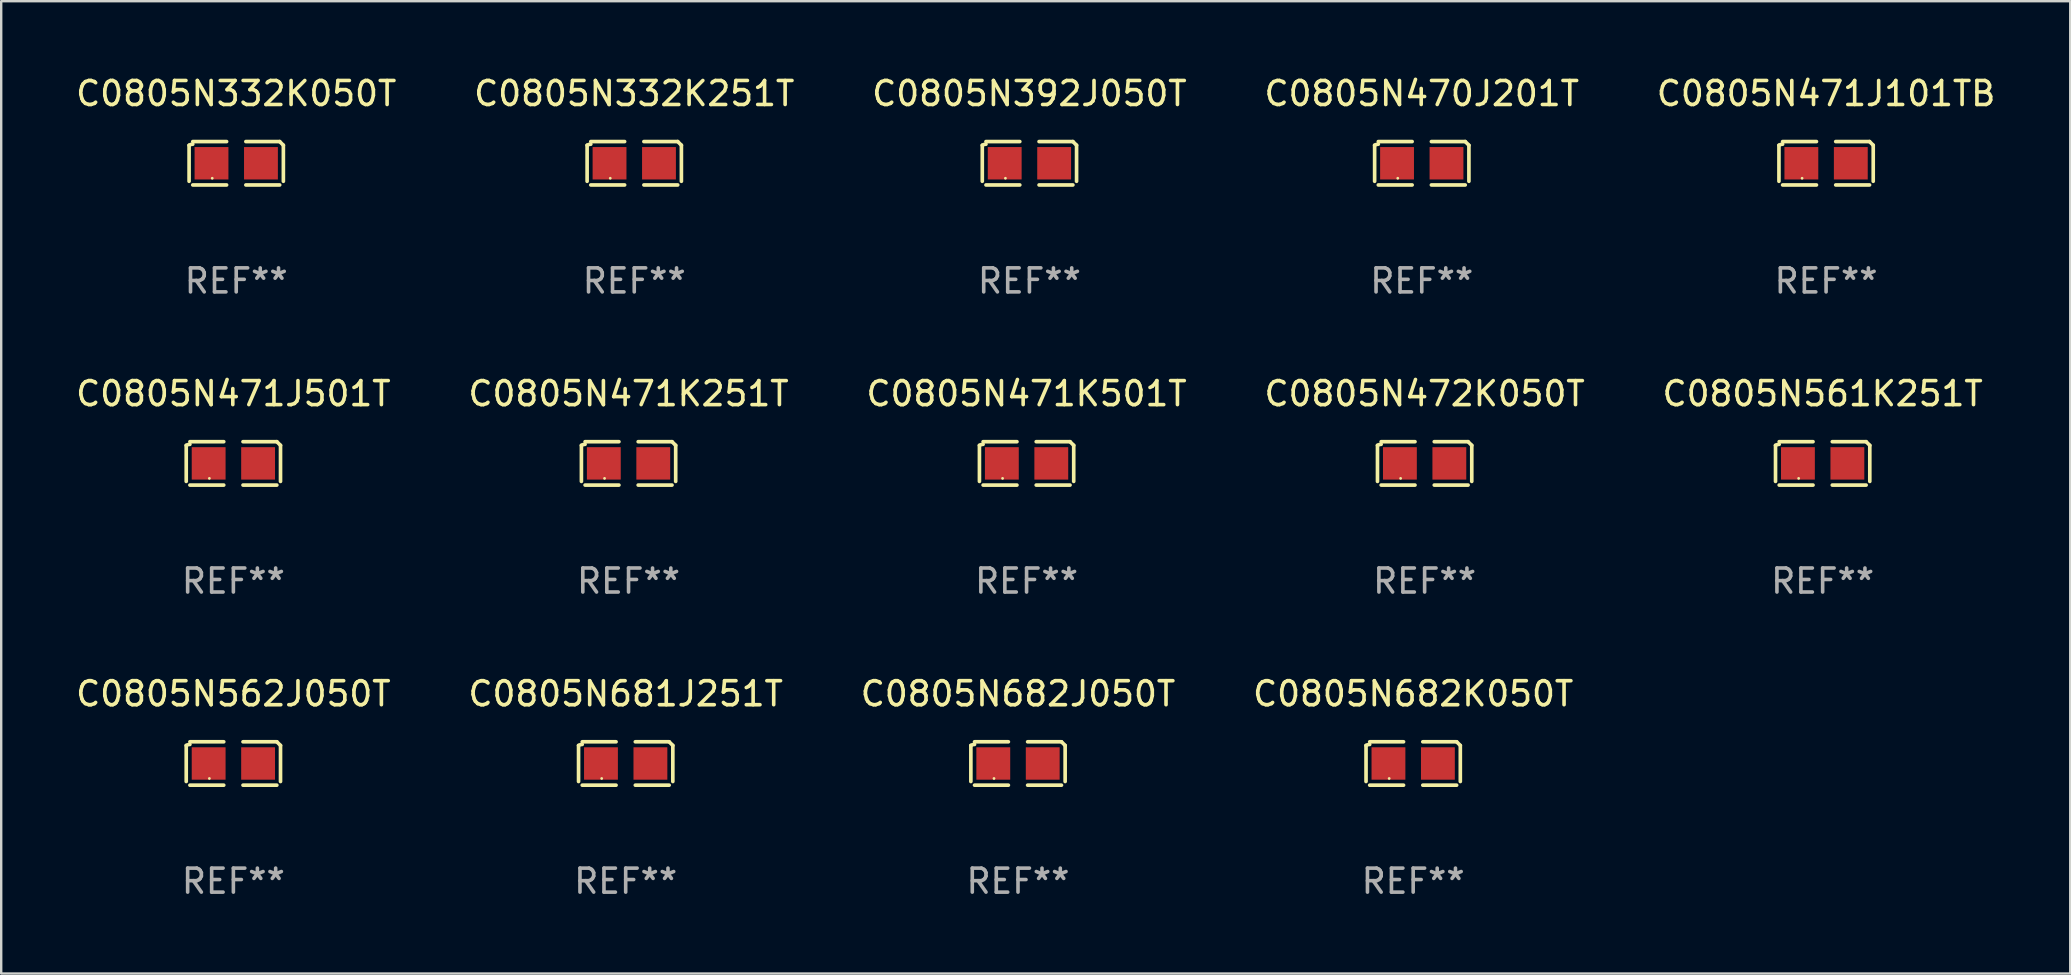
<source format=kicad_pcb>
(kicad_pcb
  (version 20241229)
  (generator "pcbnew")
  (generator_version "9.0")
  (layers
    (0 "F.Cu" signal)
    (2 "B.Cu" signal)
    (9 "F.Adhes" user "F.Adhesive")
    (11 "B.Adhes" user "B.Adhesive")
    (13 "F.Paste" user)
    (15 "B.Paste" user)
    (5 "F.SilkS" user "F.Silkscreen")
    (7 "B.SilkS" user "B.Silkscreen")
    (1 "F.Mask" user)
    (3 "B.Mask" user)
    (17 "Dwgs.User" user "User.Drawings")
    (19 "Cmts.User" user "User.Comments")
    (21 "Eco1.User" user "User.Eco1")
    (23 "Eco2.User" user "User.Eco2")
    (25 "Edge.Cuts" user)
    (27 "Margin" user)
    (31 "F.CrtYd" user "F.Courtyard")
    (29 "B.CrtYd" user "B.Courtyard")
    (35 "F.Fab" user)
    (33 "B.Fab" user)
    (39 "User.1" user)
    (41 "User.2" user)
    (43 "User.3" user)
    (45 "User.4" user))
  (footprint "C0805N471K251T"
    (layer "F.Cu")
    (at 23.137 16.256)
    (property "Reference" "C0805N471K251T" (at 0 -2.904 0) (layer "F.SilkS") (effects (font (size 1 1) (thickness 0.15))))
    (attr through_hole)
    (fp_line (start -1.964 0.751) (end -1.964 -0.751) (stroke (width 0.152) (type solid)) (layer "F.SilkS"))
    (fp_line (start -1.811 -0.904) (end -0.401 -0.904) (stroke (width 0.152) (type solid)) (layer "F.SilkS"))
    (fp_line (start -0.401 0.904) (end -1.811 0.904) (stroke (width 0.152) (type solid)) (layer "F.SilkS"))
    (fp_line (start 0.401 0.904) (end 1.811 0.904) (stroke (width 0.152) (type solid)) (layer "F.SilkS"))
    (fp_line (start 1.811 -0.904) (end 0.401 -0.904) (stroke (width 0.152) (type solid)) (layer "F.SilkS"))
    (fp_line (start 1.964 0.751) (end 1.964 -0.751) (stroke (width 0.152) (type solid)) (layer "F.SilkS"))
    (fp_arc (start -1.963602 -0.751207) (mid -1.890354 -0.783131) (end -1.811201 -0.794044) (stroke (width 0.1524) (type solid)) (layer "F.SilkS"))
    (fp_arc (start 1.811202 -0.903607) (mid 1.887413 -0.827418) (end 1.963602 -0.751207) (stroke (width 0.1524) (type solid)) (layer "F.SilkS"))
    (fp_circle (center -1 0.625) (end -0.97 0.625) (stroke (width 0.06) (type solid)) (fill no) (layer "F.SilkS"))
    (fp_text user "REF**" (at 0 4.904 0) (layer "F.Fab") (effects (font (size 1 1) (thickness 0.15))))
    (pad "1" smd rect (at -1.03 0) (size 1.41 1.35) (layers "F.Cu" "F.Mask" "F.Paste"))
    (pad "2" smd rect (at 1.03 0) (size 1.41 1.35) (layers "F.Cu" "F.Mask" "F.Paste")))
  (footprint "C0805N332K251T"
    (layer "F.Cu")
    (at 23.375 3.752)
    (property "Reference" "C0805N332K251T" (at 0 -2.904 0) (layer "F.SilkS") (effects (font (size 1 1) (thickness 0.15))))
    (attr through_hole)
    (fp_line (start -1.964 0.751) (end -1.964 -0.751) (stroke (width 0.152) (type solid)) (layer "F.SilkS"))
    (fp_line (start -1.811 -0.904) (end -0.401 -0.904) (stroke (width 0.152) (type solid)) (layer "F.SilkS"))
    (fp_line (start -0.401 0.904) (end -1.811 0.904) (stroke (width 0.152) (type solid)) (layer "F.SilkS"))
    (fp_line (start 0.401 0.904) (end 1.811 0.904) (stroke (width 0.152) (type solid)) (layer "F.SilkS"))
    (fp_line (start 1.811 -0.904) (end 0.401 -0.904) (stroke (width 0.152) (type solid)) (layer "F.SilkS"))
    (fp_line (start 1.964 0.751) (end 1.964 -0.751) (stroke (width 0.152) (type solid)) (layer "F.SilkS"))
    (fp_arc (start -1.963602 -0.751207) (mid -1.890354 -0.783131) (end -1.811201 -0.794044) (stroke (width 0.1524) (type solid)) (layer "F.SilkS"))
    (fp_arc (start 1.811202 -0.903607) (mid 1.887413 -0.827418) (end 1.963602 -0.751207) (stroke (width 0.1524) (type solid)) (layer "F.SilkS"))
    (fp_circle (center -1 0.625) (end -0.97 0.625) (stroke (width 0.06) (type solid)) (fill no) (layer "F.SilkS"))
    (fp_text user "REF**" (at 0 4.904 0) (layer "F.Fab") (effects (font (size 1 1) (thickness 0.15))))
    (pad "1" smd rect (at -1.03 0) (size 1.41 1.35) (layers "F.Cu" "F.Mask" "F.Paste"))
    (pad "2" smd rect (at 1.03 0) (size 1.41 1.35) (layers "F.Cu" "F.Mask" "F.Paste")))
  (footprint "C0805N682K050T"
    (layer "F.Cu")
    (at 55.827 28.759)
    (property "Reference" "C0805N682K050T" (at 0 -2.904 0) (layer "F.SilkS") (effects (font (size 1 1) (thickness 0.15))))
    (attr through_hole)
    (fp_line (start -1.964 0.751) (end -1.964 -0.751) (stroke (width 0.152) (type solid)) (layer "F.SilkS"))
    (fp_line (start -1.811 -0.904) (end -0.401 -0.904) (stroke (width 0.152) (type solid)) (layer "F.SilkS"))
    (fp_line (start -0.401 0.904) (end -1.811 0.904) (stroke (width 0.152) (type solid)) (layer "F.SilkS"))
    (fp_line (start 0.401 0.904) (end 1.811 0.904) (stroke (width 0.152) (type solid)) (layer "F.SilkS"))
    (fp_line (start 1.811 -0.904) (end 0.401 -0.904) (stroke (width 0.152) (type solid)) (layer "F.SilkS"))
    (fp_line (start 1.964 0.751) (end 1.964 -0.751) (stroke (width 0.152) (type solid)) (layer "F.SilkS"))
    (fp_arc (start -1.963602 -0.751207) (mid -1.890354 -0.783131) (end -1.811201 -0.794044) (stroke (width 0.1524) (type solid)) (layer "F.SilkS"))
    (fp_arc (start 1.811202 -0.903607) (mid 1.887413 -0.827418) (end 1.963602 -0.751207) (stroke (width 0.1524) (type solid)) (layer "F.SilkS"))
    (fp_circle (center -1 0.625) (end -0.97 0.625) (stroke (width 0.06) (type solid)) (fill no) (layer "F.SilkS"))
    (fp_text user "REF**" (at 0 4.904 0) (layer "F.Fab") (effects (font (size 1 1) (thickness 0.15))))
    (pad "1" smd rect (at -1.03 0) (size 1.41 1.35) (layers "F.Cu" "F.Mask" "F.Paste"))
    (pad "2" smd rect (at 1.03 0) (size 1.41 1.35) (layers "F.Cu" "F.Mask" "F.Paste")))
  (footprint "C0805N471J101TB"
    (layer "F.Cu")
    (at 73.03 3.752)
    (property "Reference" "C0805N471J101TB" (at 0 -2.904 0) (layer "F.SilkS") (effects (font (size 1 1) (thickness 0.15))))
    (attr through_hole)
    (fp_line (start -1.964 0.751) (end -1.964 -0.751) (stroke (width 0.152) (type solid)) (layer "F.SilkS"))
    (fp_line (start -1.811 -0.904) (end -0.401 -0.904) (stroke (width 0.152) (type solid)) (layer "F.SilkS"))
    (fp_line (start -0.401 0.904) (end -1.811 0.904) (stroke (width 0.152) (type solid)) (layer "F.SilkS"))
    (fp_line (start 0.401 0.904) (end 1.811 0.904) (stroke (width 0.152) (type solid)) (layer "F.SilkS"))
    (fp_line (start 1.811 -0.904) (end 0.401 -0.904) (stroke (width 0.152) (type solid)) (layer "F.SilkS"))
    (fp_line (start 1.964 0.751) (end 1.964 -0.751) (stroke (width 0.152) (type solid)) (layer "F.SilkS"))
    (fp_arc (start -1.963602 -0.751207) (mid -1.890354 -0.783131) (end -1.811201 -0.794044) (stroke (width 0.1524) (type solid)) (layer "F.SilkS"))
    (fp_arc (start 1.811202 -0.903607) (mid 1.887413 -0.827418) (end 1.963602 -0.751207) (stroke (width 0.1524) (type solid)) (layer "F.SilkS"))
    (fp_circle (center -1 0.625) (end -0.97 0.625) (stroke (width 0.06) (type solid)) (fill no) (layer "F.SilkS"))
    (fp_text user "REF**" (at 0 4.904 0) (layer "F.Fab") (effects (font (size 1 1) (thickness 0.15))))
    (pad "1" smd rect (at -1.03 0) (size 1.41 1.35) (layers "F.Cu" "F.Mask" "F.Paste"))
    (pad "2" smd rect (at 1.03 0) (size 1.41 1.35) (layers "F.Cu" "F.Mask" "F.Paste")))
  (footprint "C0805N472K050T"
    (layer "F.Cu")
    (at 56.304 16.256)
    (property "Reference" "C0805N472K050T" (at 0 -2.904 0) (layer "F.SilkS") (effects (font (size 1 1) (thickness 0.15))))
    (attr through_hole)
    (fp_line (start -1.964 0.751) (end -1.964 -0.751) (stroke (width 0.152) (type solid)) (layer "F.SilkS"))
    (fp_line (start -1.811 -0.904) (end -0.401 -0.904) (stroke (width 0.152) (type solid)) (layer "F.SilkS"))
    (fp_line (start -0.401 0.904) (end -1.811 0.904) (stroke (width 0.152) (type solid)) (layer "F.SilkS"))
    (fp_line (start 0.401 0.904) (end 1.811 0.904) (stroke (width 0.152) (type solid)) (layer "F.SilkS"))
    (fp_line (start 1.811 -0.904) (end 0.401 -0.904) (stroke (width 0.152) (type solid)) (layer "F.SilkS"))
    (fp_line (start 1.964 0.751) (end 1.964 -0.751) (stroke (width 0.152) (type solid)) (layer "F.SilkS"))
    (fp_arc (start -1.963602 -0.751207) (mid -1.890354 -0.783131) (end -1.811201 -0.794044) (stroke (width 0.1524) (type solid)) (layer "F.SilkS"))
    (fp_arc (start 1.811202 -0.903607) (mid 1.887413 -0.827418) (end 1.963602 -0.751207) (stroke (width 0.1524) (type solid)) (layer "F.SilkS"))
    (fp_circle (center -1 0.625) (end -0.97 0.625) (stroke (width 0.06) (type solid)) (fill no) (layer "F.SilkS"))
    (fp_text user "REF**" (at 0 4.904 0) (layer "F.Fab") (effects (font (size 1 1) (thickness 0.15))))
    (pad "1" smd rect (at -1.03 0) (size 1.41 1.35) (layers "F.Cu" "F.Mask" "F.Paste"))
    (pad "2" smd rect (at 1.03 0) (size 1.41 1.35) (layers "F.Cu" "F.Mask" "F.Paste")))
  (footprint "C0805N562J050T"
    (layer "F.Cu")
    (at 6.673 28.759)
    (property "Reference" "C0805N562J050T" (at 0 -2.904 0) (layer "F.SilkS") (effects (font (size 1 1) (thickness 0.15))))
    (attr through_hole)
    (fp_line (start -1.964 0.751) (end -1.964 -0.751) (stroke (width 0.152) (type solid)) (layer "F.SilkS"))
    (fp_line (start -1.811 -0.904) (end -0.401 -0.904) (stroke (width 0.152) (type solid)) (layer "F.SilkS"))
    (fp_line (start -0.401 0.904) (end -1.811 0.904) (stroke (width 0.152) (type solid)) (layer "F.SilkS"))
    (fp_line (start 0.401 0.904) (end 1.811 0.904) (stroke (width 0.152) (type solid)) (layer "F.SilkS"))
    (fp_line (start 1.811 -0.904) (end 0.401 -0.904) (stroke (width 0.152) (type solid)) (layer "F.SilkS"))
    (fp_line (start 1.964 0.751) (end 1.964 -0.751) (stroke (width 0.152) (type solid)) (layer "F.SilkS"))
    (fp_arc (start -1.963602 -0.751207) (mid -1.890354 -0.783131) (end -1.811201 -0.794044) (stroke (width 0.1524) (type solid)) (layer "F.SilkS"))
    (fp_arc (start 1.811202 -0.903607) (mid 1.887413 -0.827418) (end 1.963602 -0.751207) (stroke (width 0.1524) (type solid)) (layer "F.SilkS"))
    (fp_circle (center -1 0.625) (end -0.97 0.625) (stroke (width 0.06) (type solid)) (fill no) (layer "F.SilkS"))
    (fp_text user "REF**" (at 0 4.904 0) (layer "F.Fab") (effects (font (size 1 1) (thickness 0.15))))
    (pad "1" smd rect (at -1.03 0) (size 1.41 1.35) (layers "F.Cu" "F.Mask" "F.Paste"))
    (pad "2" smd rect (at 1.03 0) (size 1.41 1.35) (layers "F.Cu" "F.Mask" "F.Paste")))
  (footprint "C0805N561K251T"
    (layer "F.Cu")
    (at 72.887 16.256)
    (property "Reference" "C0805N561K251T" (at 0 -2.904 0) (layer "F.SilkS") (effects (font (size 1 1) (thickness 0.15))))
    (attr through_hole)
    (fp_line (start -1.964 0.751) (end -1.964 -0.751) (stroke (width 0.152) (type solid)) (layer "F.SilkS"))
    (fp_line (start -1.811 -0.904) (end -0.401 -0.904) (stroke (width 0.152) (type solid)) (layer "F.SilkS"))
    (fp_line (start -0.401 0.904) (end -1.811 0.904) (stroke (width 0.152) (type solid)) (layer "F.SilkS"))
    (fp_line (start 0.401 0.904) (end 1.811 0.904) (stroke (width 0.152) (type solid)) (layer "F.SilkS"))
    (fp_line (start 1.811 -0.904) (end 0.401 -0.904) (stroke (width 0.152) (type solid)) (layer "F.SilkS"))
    (fp_line (start 1.964 0.751) (end 1.964 -0.751) (stroke (width 0.152) (type solid)) (layer "F.SilkS"))
    (fp_arc (start -1.963602 -0.751207) (mid -1.890354 -0.783131) (end -1.811201 -0.794044) (stroke (width 0.1524) (type solid)) (layer "F.SilkS"))
    (fp_arc (start 1.811202 -0.903607) (mid 1.887413 -0.827418) (end 1.963602 -0.751207) (stroke (width 0.1524) (type solid)) (layer "F.SilkS"))
    (fp_circle (center -1 0.625) (end -0.97 0.625) (stroke (width 0.06) (type solid)) (fill no) (layer "F.SilkS"))
    (fp_text user "REF**" (at 0 4.904 0) (layer "F.Fab") (effects (font (size 1 1) (thickness 0.15))))
    (pad "1" smd rect (at -1.03 0) (size 1.41 1.35) (layers "F.Cu" "F.Mask" "F.Paste"))
    (pad "2" smd rect (at 1.03 0) (size 1.41 1.35) (layers "F.Cu" "F.Mask" "F.Paste")))
  (footprint "C0805N470J201T"
    (layer "F.Cu")
    (at 56.185 3.752)
    (property "Reference" "C0805N470J201T" (at 0 -2.904 0) (layer "F.SilkS") (effects (font (size 1 1) (thickness 0.15))))
    (attr through_hole)
    (fp_line (start -1.964 0.751) (end -1.964 -0.751) (stroke (width 0.152) (type solid)) (layer "F.SilkS"))
    (fp_line (start -1.811 -0.904) (end -0.401 -0.904) (stroke (width 0.152) (type solid)) (layer "F.SilkS"))
    (fp_line (start -0.401 0.904) (end -1.811 0.904) (stroke (width 0.152) (type solid)) (layer "F.SilkS"))
    (fp_line (start 0.401 0.904) (end 1.811 0.904) (stroke (width 0.152) (type solid)) (layer "F.SilkS"))
    (fp_line (start 1.811 -0.904) (end 0.401 -0.904) (stroke (width 0.152) (type solid)) (layer "F.SilkS"))
    (fp_line (start 1.964 0.751) (end 1.964 -0.751) (stroke (width 0.152) (type solid)) (layer "F.SilkS"))
    (fp_arc (start -1.963602 -0.751207) (mid -1.890354 -0.783131) (end -1.811201 -0.794044) (stroke (width 0.1524) (type solid)) (layer "F.SilkS"))
    (fp_arc (start 1.811202 -0.903607) (mid 1.887413 -0.827418) (end 1.963602 -0.751207) (stroke (width 0.1524) (type solid)) (layer "F.SilkS"))
    (fp_circle (center -1 0.625) (end -0.97 0.625) (stroke (width 0.06) (type solid)) (fill no) (layer "F.SilkS"))
    (fp_text user "REF**" (at 0 4.904 0) (layer "F.Fab") (effects (font (size 1 1) (thickness 0.15))))
    (pad "1" smd rect (at -1.03 0) (size 1.41 1.35) (layers "F.Cu" "F.Mask" "F.Paste"))
    (pad "2" smd rect (at 1.03 0) (size 1.41 1.35) (layers "F.Cu" "F.Mask" "F.Paste")))
  (footprint "C0805N681J251T"
    (layer "F.Cu")
    (at 23.018 28.759)
    (property "Reference" "C0805N681J251T" (at 0 -2.904 0) (layer "F.SilkS") (effects (font (size 1 1) (thickness 0.15))))
    (attr through_hole)
    (fp_line (start -1.964 0.751) (end -1.964 -0.751) (stroke (width 0.152) (type solid)) (layer "F.SilkS"))
    (fp_line (start -1.811 -0.904) (end -0.401 -0.904) (stroke (width 0.152) (type solid)) (layer "F.SilkS"))
    (fp_line (start -0.401 0.904) (end -1.811 0.904) (stroke (width 0.152) (type solid)) (layer "F.SilkS"))
    (fp_line (start 0.401 0.904) (end 1.811 0.904) (stroke (width 0.152) (type solid)) (layer "F.SilkS"))
    (fp_line (start 1.811 -0.904) (end 0.401 -0.904) (stroke (width 0.152) (type solid)) (layer "F.SilkS"))
    (fp_line (start 1.964 0.751) (end 1.964 -0.751) (stroke (width 0.152) (type solid)) (layer "F.SilkS"))
    (fp_arc (start -1.963602 -0.751207) (mid -1.890354 -0.783131) (end -1.811201 -0.794044) (stroke (width 0.1524) (type solid)) (layer "F.SilkS"))
    (fp_arc (start 1.811202 -0.903607) (mid 1.887413 -0.827418) (end 1.963602 -0.751207) (stroke (width 0.1524) (type solid)) (layer "F.SilkS"))
    (fp_circle (center -1 0.625) (end -0.97 0.625) (stroke (width 0.06) (type solid)) (fill no) (layer "F.SilkS"))
    (fp_text user "REF**" (at 0 4.904 0) (layer "F.Fab") (effects (font (size 1 1) (thickness 0.15))))
    (pad "1" smd rect (at -1.03 0) (size 1.41 1.35) (layers "F.Cu" "F.Mask" "F.Paste"))
    (pad "2" smd rect (at 1.03 0) (size 1.41 1.35) (layers "F.Cu" "F.Mask" "F.Paste")))
  (footprint "C0805N471K501T"
    (layer "F.Cu")
    (at 39.72 16.256)
    (property "Reference" "C0805N471K501T" (at 0 -2.904 0) (layer "F.SilkS") (effects (font (size 1 1) (thickness 0.15))))
    (attr through_hole)
    (fp_line (start -1.964 0.751) (end -1.964 -0.751) (stroke (width 0.152) (type solid)) (layer "F.SilkS"))
    (fp_line (start -1.811 -0.904) (end -0.401 -0.904) (stroke (width 0.152) (type solid)) (layer "F.SilkS"))
    (fp_line (start -0.401 0.904) (end -1.811 0.904) (stroke (width 0.152) (type solid)) (layer "F.SilkS"))
    (fp_line (start 0.401 0.904) (end 1.811 0.904) (stroke (width 0.152) (type solid)) (layer "F.SilkS"))
    (fp_line (start 1.811 -0.904) (end 0.401 -0.904) (stroke (width 0.152) (type solid)) (layer "F.SilkS"))
    (fp_line (start 1.964 0.751) (end 1.964 -0.751) (stroke (width 0.152) (type solid)) (layer "F.SilkS"))
    (fp_arc (start -1.963602 -0.751207) (mid -1.890354 -0.783131) (end -1.811201 -0.794044) (stroke (width 0.1524) (type solid)) (layer "F.SilkS"))
    (fp_arc (start 1.811202 -0.903607) (mid 1.887413 -0.827418) (end 1.963602 -0.751207) (stroke (width 0.1524) (type solid)) (layer "F.SilkS"))
    (fp_circle (center -1 0.625) (end -0.97 0.625) (stroke (width 0.06) (type solid)) (fill no) (layer "F.SilkS"))
    (fp_text user "REF**" (at 0 4.904 0) (layer "F.Fab") (effects (font (size 1 1) (thickness 0.15))))
    (pad "1" smd rect (at -1.03 0) (size 1.41 1.35) (layers "F.Cu" "F.Mask" "F.Paste"))
    (pad "2" smd rect (at 1.03 0) (size 1.41 1.35) (layers "F.Cu" "F.Mask" "F.Paste")))
  (footprint "C0805N392J050T"
    (layer "F.Cu")
    (at 39.839 3.752)
    (property "Reference" "C0805N392J050T" (at 0 -2.904 0) (layer "F.SilkS") (effects (font (size 1 1) (thickness 0.15))))
    (attr through_hole)
    (fp_line (start -1.964 0.751) (end -1.964 -0.751) (stroke (width 0.152) (type solid)) (layer "F.SilkS"))
    (fp_line (start -1.811 -0.904) (end -0.401 -0.904) (stroke (width 0.152) (type solid)) (layer "F.SilkS"))
    (fp_line (start -0.401 0.904) (end -1.811 0.904) (stroke (width 0.152) (type solid)) (layer "F.SilkS"))
    (fp_line (start 0.401 0.904) (end 1.811 0.904) (stroke (width 0.152) (type solid)) (layer "F.SilkS"))
    (fp_line (start 1.811 -0.904) (end 0.401 -0.904) (stroke (width 0.152) (type solid)) (layer "F.SilkS"))
    (fp_line (start 1.964 0.751) (end 1.964 -0.751) (stroke (width 0.152) (type solid)) (layer "F.SilkS"))
    (fp_arc (start -1.963602 -0.751207) (mid -1.890354 -0.783131) (end -1.811201 -0.794044) (stroke (width 0.1524) (type solid)) (layer "F.SilkS"))
    (fp_arc (start 1.811202 -0.903607) (mid 1.887413 -0.827418) (end 1.963602 -0.751207) (stroke (width 0.1524) (type solid)) (layer "F.SilkS"))
    (fp_circle (center -1 0.625) (end -0.97 0.625) (stroke (width 0.06) (type solid)) (fill no) (layer "F.SilkS"))
    (fp_text user "REF**" (at 0 4.904 0) (layer "F.Fab") (effects (font (size 1 1) (thickness 0.15))))
    (pad "1" smd rect (at -1.03 0) (size 1.41 1.35) (layers "F.Cu" "F.Mask" "F.Paste"))
    (pad "2" smd rect (at 1.03 0) (size 1.41 1.35) (layers "F.Cu" "F.Mask" "F.Paste")))
  (footprint "C0805N332K050T"
    (layer "F.Cu")
    (at 6.792 3.752)
    (property "Reference" "C0805N332K050T" (at 0 -2.904 0) (layer "F.SilkS") (effects (font (size 1 1) (thickness 0.15))))
    (attr through_hole)
    (fp_line (start -1.964 0.751) (end -1.964 -0.751) (stroke (width 0.152) (type solid)) (layer "F.SilkS"))
    (fp_line (start -1.811 -0.904) (end -0.401 -0.904) (stroke (width 0.152) (type solid)) (layer "F.SilkS"))
    (fp_line (start -0.401 0.904) (end -1.811 0.904) (stroke (width 0.152) (type solid)) (layer "F.SilkS"))
    (fp_line (start 0.401 0.904) (end 1.811 0.904) (stroke (width 0.152) (type solid)) (layer "F.SilkS"))
    (fp_line (start 1.811 -0.904) (end 0.401 -0.904) (stroke (width 0.152) (type solid)) (layer "F.SilkS"))
    (fp_line (start 1.964 0.751) (end 1.964 -0.751) (stroke (width 0.152) (type solid)) (layer "F.SilkS"))
    (fp_arc (start -1.963602 -0.751207) (mid -1.890354 -0.783131) (end -1.811201 -0.794044) (stroke (width 0.1524) (type solid)) (layer "F.SilkS"))
    (fp_arc (start 1.811202 -0.903607) (mid 1.887413 -0.827418) (end 1.963602 -0.751207) (stroke (width 0.1524) (type solid)) (layer "F.SilkS"))
    (fp_circle (center -1 0.625) (end -0.97 0.625) (stroke (width 0.06) (type solid)) (fill no) (layer "F.SilkS"))
    (fp_text user "REF**" (at 0 4.904 0) (layer "F.Fab") (effects (font (size 1 1) (thickness 0.15))))
    (pad "1" smd rect (at -1.03 0) (size 1.41 1.35) (layers "F.Cu" "F.Mask" "F.Paste"))
    (pad "2" smd rect (at 1.03 0) (size 1.41 1.35) (layers "F.Cu" "F.Mask" "F.Paste")))
  (footprint "C0805N471J501T"
    (layer "F.Cu")
    (at 6.673 16.256)
    (property "Reference" "C0805N471J501T" (at 0 -2.904 0) (layer "F.SilkS") (effects (font (size 1 1) (thickness 0.15))))
    (attr through_hole)
    (fp_line (start -1.964 0.751) (end -1.964 -0.751) (stroke (width 0.152) (type solid)) (layer "F.SilkS"))
    (fp_line (start -1.811 -0.904) (end -0.401 -0.904) (stroke (width 0.152) (type solid)) (layer "F.SilkS"))
    (fp_line (start -0.401 0.904) (end -1.811 0.904) (stroke (width 0.152) (type solid)) (layer "F.SilkS"))
    (fp_line (start 0.401 0.904) (end 1.811 0.904) (stroke (width 0.152) (type solid)) (layer "F.SilkS"))
    (fp_line (start 1.811 -0.904) (end 0.401 -0.904) (stroke (width 0.152) (type solid)) (layer "F.SilkS"))
    (fp_line (start 1.964 0.751) (end 1.964 -0.751) (stroke (width 0.152) (type solid)) (layer "F.SilkS"))
    (fp_arc (start -1.963602 -0.751207) (mid -1.890354 -0.783131) (end -1.811201 -0.794044) (stroke (width 0.1524) (type solid)) (layer "F.SilkS"))
    (fp_arc (start 1.811202 -0.903607) (mid 1.887413 -0.827418) (end 1.963602 -0.751207) (stroke (width 0.1524) (type solid)) (layer "F.SilkS"))
    (fp_circle (center -1 0.625) (end -0.97 0.625) (stroke (width 0.06) (type solid)) (fill no) (layer "F.SilkS"))
    (fp_text user "REF**" (at 0 4.904 0) (layer "F.Fab") (effects (font (size 1 1) (thickness 0.15))))
    (pad "1" smd rect (at -1.03 0) (size 1.41 1.35) (layers "F.Cu" "F.Mask" "F.Paste"))
    (pad "2" smd rect (at 1.03 0) (size 1.41 1.35) (layers "F.Cu" "F.Mask" "F.Paste")))
  (footprint "C0805N682J050T"
    (layer "F.Cu")
    (at 39.363 28.759)
    (property "Reference" "C0805N682J050T" (at 0 -2.904 0) (layer "F.SilkS") (effects (font (size 1 1) (thickness 0.15))))
    (attr through_hole)
    (fp_line (start -1.964 0.751) (end -1.964 -0.751) (stroke (width 0.152) (type solid)) (layer "F.SilkS"))
    (fp_line (start -1.811 -0.904) (end -0.401 -0.904) (stroke (width 0.152) (type solid)) (layer "F.SilkS"))
    (fp_line (start -0.401 0.904) (end -1.811 0.904) (stroke (width 0.152) (type solid)) (layer "F.SilkS"))
    (fp_line (start 0.401 0.904) (end 1.811 0.904) (stroke (width 0.152) (type solid)) (layer "F.SilkS"))
    (fp_line (start 1.811 -0.904) (end 0.401 -0.904) (stroke (width 0.152) (type solid)) (layer "F.SilkS"))
    (fp_line (start 1.964 0.751) (end 1.964 -0.751) (stroke (width 0.152) (type solid)) (layer "F.SilkS"))
    (fp_arc (start -1.963602 -0.751207) (mid -1.890354 -0.783131) (end -1.811201 -0.794044) (stroke (width 0.1524) (type solid)) (layer "F.SilkS"))
    (fp_arc (start 1.811202 -0.903607) (mid 1.887413 -0.827418) (end 1.963602 -0.751207) (stroke (width 0.1524) (type solid)) (layer "F.SilkS"))
    (fp_circle (center -1 0.625) (end -0.97 0.625) (stroke (width 0.06) (type solid)) (fill no) (layer "F.SilkS"))
    (fp_text user "REF**" (at 0 4.904 0) (layer "F.Fab") (effects (font (size 1 1) (thickness 0.15))))
    (pad "1" smd rect (at -1.03 0) (size 1.41 1.35) (layers "F.Cu" "F.Mask" "F.Paste"))
    (pad "2" smd rect (at 1.03 0) (size 1.41 1.35) (layers "F.Cu" "F.Mask" "F.Paste")))
  (gr_rect
    (start -3 -3)
    (end 83.202 37.511)
    (stroke (width 0.1) (type default))
    (fill no)
    (layer "Edge.Cuts")))
</source>
